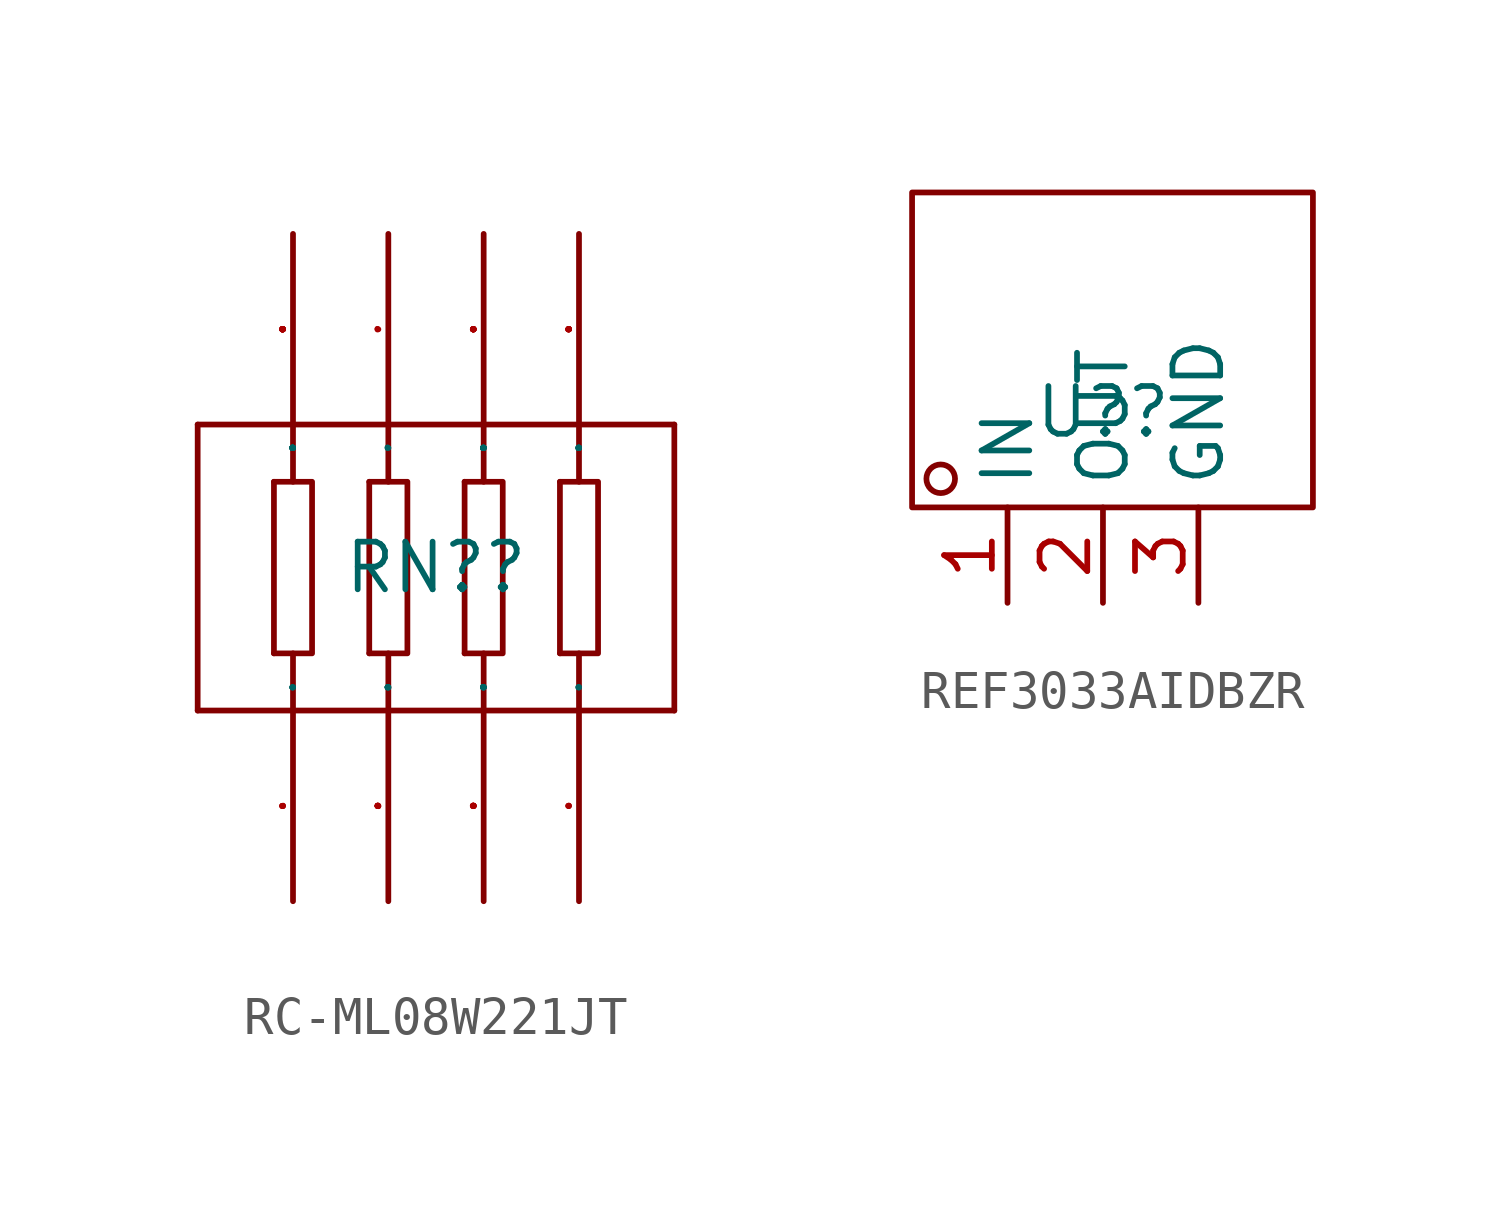
<source format=kicad_sym>
(kicad_symbol_lib
  (version 20231120)
  (generator "kicad_symbol_editor")
  (generator_version "8.0")
  (symbol "RC-ML08W221JT"
    (property "Reference" "RN?"
      (at 0 0 0)
      (effects (font (size 1.27 1.27))))
    (property "Value" ""
      (at 0 0 0)
      (effects (font (size 1.27 1.27))))
    (symbol "RC-ML08W221JT_1_0"
      (polyline (pts (xy -6.35 -3.81) (xy -6.35 3.81)) (stroke (width 0) (type default)) (fill (type none)))
      (polyline (pts (xy -6.35 -3.81) (xy 6.35 -3.81)) (stroke (width 0) (type default)) (fill (type none)))
      (polyline (pts (xy -6.35 3.81) (xy 6.35 3.81)) (stroke (width 0) (type default)) (fill (type none)))
      (polyline (pts (xy -4.318 -2.286) (xy -4.318 2.286)) (stroke (width 0) (type default)) (fill (type none)))
      (polyline (pts (xy -3.81 -3.81) (xy -3.81 -2.286)) (stroke (width 0) (type default)) (fill (type none)))
      (polyline (pts (xy -3.81 2.286) (xy -3.81 3.81)) (stroke (width 0) (type default)) (fill (type none)))
      (polyline (pts (xy -1.778 -2.286) (xy -1.778 2.286)) (stroke (width 0) (type default)) (fill (type none)))
      (polyline (pts (xy -1.27 -3.81) (xy -1.27 -2.286)) (stroke (width 0) (type default)) (fill (type none)))
      (polyline (pts (xy -1.27 2.286) (xy -1.27 3.81)) (stroke (width 0) (type default)) (fill (type none)))
      (polyline (pts (xy 0.762 -2.286) (xy 0.762 2.286)) (stroke (width 0) (type default)) (fill (type none)))
      (polyline (pts (xy 1.27 -3.81) (xy 1.27 -2.286)) (stroke (width 0) (type default)) (fill (type none)))
      (polyline (pts (xy 1.27 2.286) (xy 1.27 3.81)) (stroke (width 0) (type default)) (fill (type none)))
      (polyline (pts (xy 3.302 -2.286) (xy 3.302 2.286)) (stroke (width 0) (type default)) (fill (type none)))
      (polyline (pts (xy 3.81 -3.81) (xy 3.81 -2.286)) (stroke (width 0) (type default)) (fill (type none)))
      (polyline (pts (xy 3.81 2.286) (xy 3.81 3.81)) (stroke (width 0) (type default)) (fill (type none)))
      (polyline (pts (xy 6.35 -3.81) (xy 6.35 3.81)) (stroke (width 0) (type default)) (fill (type none)))
      (polyline (pts (xy -4.318 -2.286) (xy -3.302 -2.286) (xy -3.302 -2.286) (xy -3.302 2.286) (xy -3.302 2.286) (xy -4.318 2.286)) (stroke (width 0) (type default)) (fill (type none)))
      (polyline (pts (xy -1.778 -2.286) (xy -0.762 -2.286) (xy -0.762 -2.286) (xy -0.762 2.286) (xy -0.762 2.286) (xy -1.778 2.286)) (stroke (width 0) (type default)) (fill (type none)))
      (polyline (pts (xy 0.762 -2.286) (xy 1.778 -2.286) (xy 1.778 -2.286) (xy 1.778 2.286) (xy 1.778 2.286) (xy 0.762 2.286)) (stroke (width 0) (type default)) (fill (type none)))
      (polyline (pts (xy 3.302 -2.286) (xy 4.318 -2.286) (xy 4.318 -2.286) (xy 4.318 2.286) (xy 4.318 2.286) (xy 3.302 2.286)) (stroke (width 0) (type default)) (fill (type none)))
      (pin input line (at -3.81 -8.89 90) (length 5.08) (name "1" (effects (font (size 0.025 0.025)))) (number "1" (effects (font (size 0.025 0.025)))))
      (pin input line (at -1.27 -8.89 90) (length 5.08) (name "2" (effects (font (size 0.025 0.025)))) (number "2" (effects (font (size 0.025 0.025)))))
      (pin input line (at 1.27 -8.89 90) (length 5.08) (name "3" (effects (font (size 0.025 0.025)))) (number "3" (effects (font (size 0.025 0.025)))))
      (pin input line (at 3.81 -8.89 90) (length 5.08) (name "4" (effects (font (size 0.025 0.025)))) (number "4" (effects (font (size 0.025 0.025)))))
      (pin input line (at 3.81 8.89 270) (length 5.08) (name "5" (effects (font (size 0.025 0.025)))) (number "5" (effects (font (size 0.025 0.025)))))
      (pin input line (at 1.27 8.89 270) (length 5.08) (name "6" (effects (font (size 0.025 0.025)))) (number "6" (effects (font (size 0.025 0.025)))))
      (pin input line (at -1.27 8.89 270) (length 5.08) (name "7" (effects (font (size 0.025 0.025)))) (number "7" (effects (font (size 0.025 0.025)))))
      (pin input line (at -3.81 8.89 270) (length 5.08) (name "8" (effects (font (size 0.025 0.025)))) (number "8" (effects (font (size 0.025 0.025)))))))
  (symbol "REF3033AIDBZR"
    (property "Reference" "U?"
      (at 0 0 0)
      (effects (font (size 1.27 1.27))))
    (property "Value" ""
      (at 0 0 0)
      (effects (font (size 1.27 1.27))))
    (symbol "REF3033AIDBZR_1_0"
      (rectangle (start -5.08 -2.54) (end 5.588 5.842) (stroke (width 0) (type default)) (fill (type none)))
      (circle (center -4.318 -1.778) (radius 0.381) (stroke (width 0) (type default)) (fill (type none)))
      (pin input line (at -2.54 -5.08 90) (length 2.54) (name "IN" (effects (font (size 1.27 1.27)))) (number "1" (effects (font (size 1.27 1.27)))))
      (pin input line (at 0 -5.08 90) (length 2.54) (name "OUT" (effects (font (size 1.27 1.27)))) (number "2" (effects (font (size 1.27 1.27)))))
      (pin input line (at 2.54 -5.08 90) (length 2.54) (name "GND" (effects (font (size 1.27 1.27)))) (number "3" (effects (font (size 1.27 1.27))))))))
</source>
